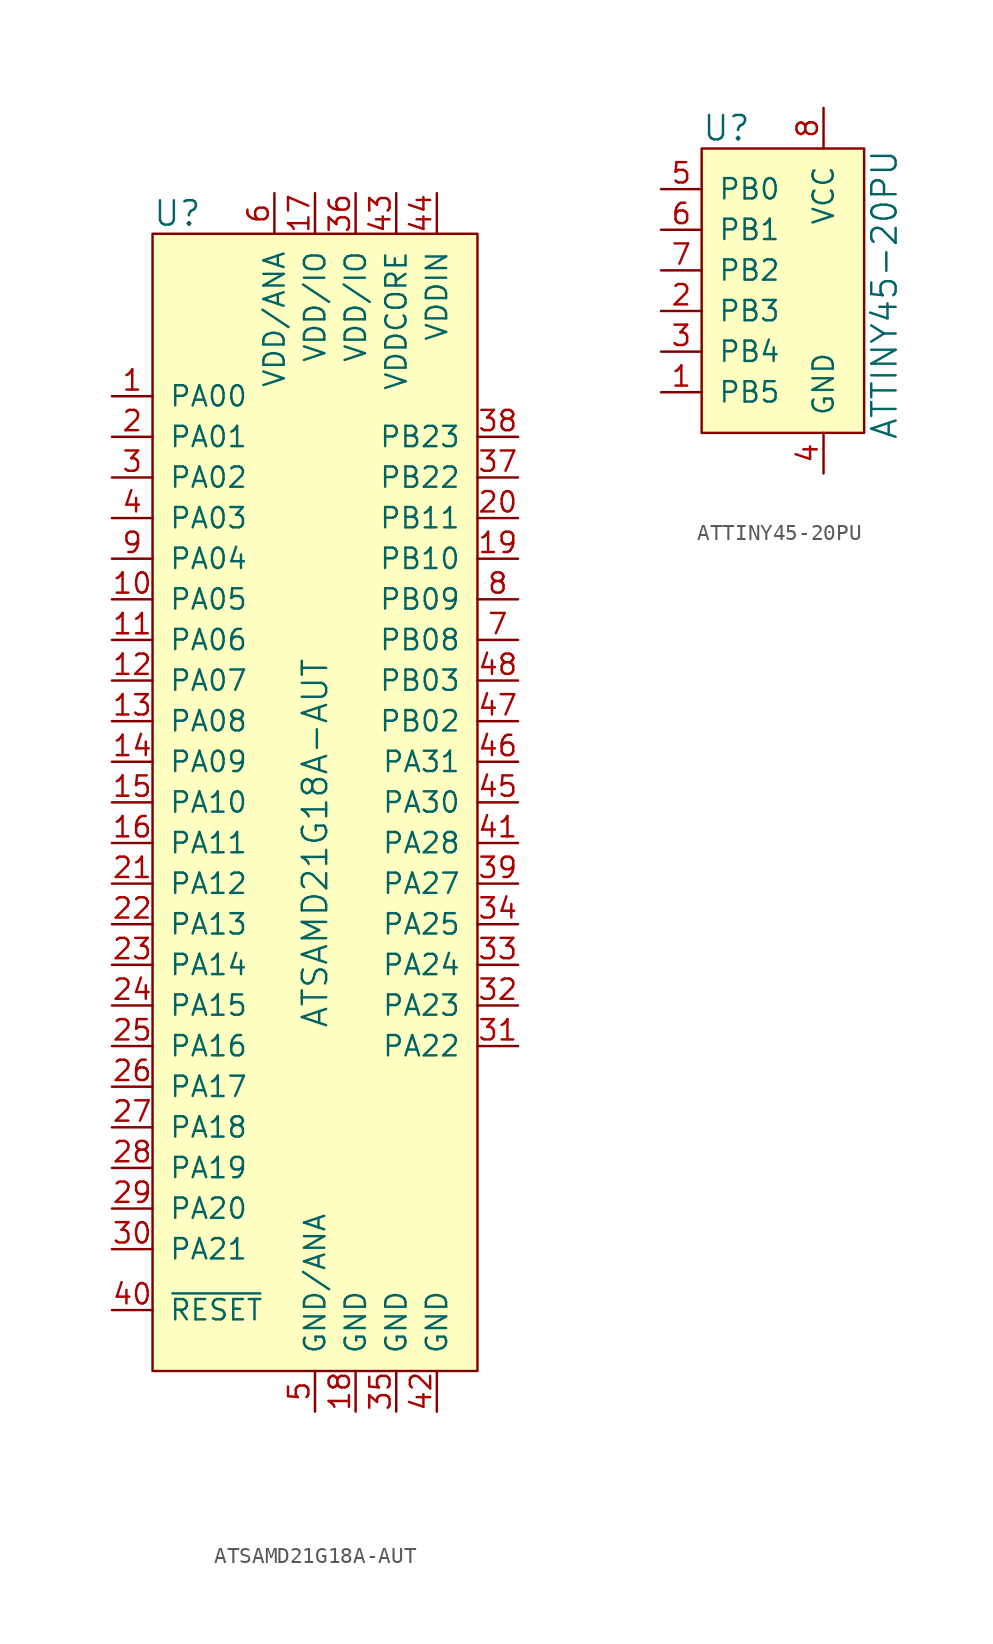
<source format=kicad_sym>
(kicad_symbol_lib
  (version 20231120)
  (generator "kicad_symbol_editor")
  (generator_version "8.0")
  (symbol "ATSAMD21G18A-AUT"
    (pin_names
      (offset 1.016))
    (property "Reference" "U"
      (at -10.16 39.37 0)
      (effects (font (size 1.524 1.524)) (justify left)))
    (property "Value" "ATSAMD21G18A-AUT"
      (at 0 0 90)
      (effects (font (size 1.524 1.524))))
    (symbol "ATSAMD21G18A-AUT_0_1"
      (rectangle (start -10.16 38.1) (end 10.16 -33.02) (stroke (width 0) (type default)) (fill (type background))))
    (symbol "ATSAMD21G18A-AUT_1_1"
      (pin bidirectional line (at -12.7 27.94 0) (length 2.54) (name "PA00" (effects (font (size 1.27 1.27)))) (number "1" (effects (font (size 1.27 1.27)))))
      (pin bidirectional line (at -12.7 15.24 0) (length 2.54) (name "PA05" (effects (font (size 1.27 1.27)))) (number "10" (effects (font (size 1.27 1.27)))))
      (pin bidirectional line (at -12.7 12.7 0) (length 2.54) (name "PA06" (effects (font (size 1.27 1.27)))) (number "11" (effects (font (size 1.27 1.27)))))
      (pin bidirectional line (at -12.7 10.16 0) (length 2.54) (name "PA07" (effects (font (size 1.27 1.27)))) (number "12" (effects (font (size 1.27 1.27)))))
      (pin bidirectional line (at -12.7 7.62 0) (length 2.54) (name "PA08" (effects (font (size 1.27 1.27)))) (number "13" (effects (font (size 1.27 1.27)))))
      (pin bidirectional line (at -12.7 5.08 0) (length 2.54) (name "PA09" (effects (font (size 1.27 1.27)))) (number "14" (effects (font (size 1.27 1.27)))))
      (pin bidirectional line (at -12.7 2.54 0) (length 2.54) (name "PA10" (effects (font (size 1.27 1.27)))) (number "15" (effects (font (size 1.27 1.27)))))
      (pin bidirectional line (at -12.7 0 0) (length 2.54) (name "PA11" (effects (font (size 1.27 1.27)))) (number "16" (effects (font (size 1.27 1.27)))))
      (pin power_in line (at 0 40.64 270) (length 2.54) (name "VDD/IO" (effects (font (size 1.27 1.27)))) (number "17" (effects (font (size 1.27 1.27)))))
      (pin power_in line (at 2.54 -35.56 90) (length 2.54) (name "GND" (effects (font (size 1.27 1.27)))) (number "18" (effects (font (size 1.27 1.27)))))
      (pin bidirectional line (at 12.7 17.78 180) (length 2.54) (name "PB10" (effects (font (size 1.27 1.27)))) (number "19" (effects (font (size 1.27 1.27)))))
      (pin bidirectional line (at -12.7 25.4 0) (length 2.54) (name "PA01" (effects (font (size 1.27 1.27)))) (number "2" (effects (font (size 1.27 1.27)))))
      (pin bidirectional line (at 12.7 20.32 180) (length 2.54) (name "PB11" (effects (font (size 1.27 1.27)))) (number "20" (effects (font (size 1.27 1.27)))))
      (pin bidirectional line (at -12.7 -2.54 0) (length 2.54) (name "PA12" (effects (font (size 1.27 1.27)))) (number "21" (effects (font (size 1.27 1.27)))))
      (pin bidirectional line (at -12.7 -5.08 0) (length 2.54) (name "PA13" (effects (font (size 1.27 1.27)))) (number "22" (effects (font (size 1.27 1.27)))))
      (pin bidirectional line (at -12.7 -7.62 0) (length 2.54) (name "PA14" (effects (font (size 1.27 1.27)))) (number "23" (effects (font (size 1.27 1.27)))))
      (pin bidirectional line (at -12.7 -10.16 0) (length 2.54) (name "PA15" (effects (font (size 1.27 1.27)))) (number "24" (effects (font (size 1.27 1.27)))))
      (pin bidirectional line (at -12.7 -12.7 0) (length 2.54) (name "PA16" (effects (font (size 1.27 1.27)))) (number "25" (effects (font (size 1.27 1.27)))))
      (pin bidirectional line (at -12.7 -15.24 0) (length 2.54) (name "PA17" (effects (font (size 1.27 1.27)))) (number "26" (effects (font (size 1.27 1.27)))))
      (pin bidirectional line (at -12.7 -17.78 0) (length 2.54) (name "PA18" (effects (font (size 1.27 1.27)))) (number "27" (effects (font (size 1.27 1.27)))))
      (pin bidirectional line (at -12.7 -20.32 0) (length 2.54) (name "PA19" (effects (font (size 1.27 1.27)))) (number "28" (effects (font (size 1.27 1.27)))))
      (pin bidirectional line (at -12.7 -22.86 0) (length 2.54) (name "PA20" (effects (font (size 1.27 1.27)))) (number "29" (effects (font (size 1.27 1.27)))))
      (pin bidirectional line (at -12.7 22.86 0) (length 2.54) (name "PA02" (effects (font (size 1.27 1.27)))) (number "3" (effects (font (size 1.27 1.27)))))
      (pin bidirectional line (at -12.7 -25.4 0) (length 2.54) (name "PA21" (effects (font (size 1.27 1.27)))) (number "30" (effects (font (size 1.27 1.27)))))
      (pin bidirectional line (at 12.7 -12.7 180) (length 2.54) (name "PA22" (effects (font (size 1.27 1.27)))) (number "31" (effects (font (size 1.27 1.27)))))
      (pin bidirectional line (at 12.7 -10.16 180) (length 2.54) (name "PA23" (effects (font (size 1.27 1.27)))) (number "32" (effects (font (size 1.27 1.27)))))
      (pin bidirectional line (at 12.7 -7.62 180) (length 2.54) (name "PA24" (effects (font (size 1.27 1.27)))) (number "33" (effects (font (size 1.27 1.27)))))
      (pin bidirectional line (at 12.7 -5.08 180) (length 2.54) (name "PA25" (effects (font (size 1.27 1.27)))) (number "34" (effects (font (size 1.27 1.27)))))
      (pin power_in line (at 5.08 -35.56 90) (length 2.54) (name "GND" (effects (font (size 1.27 1.27)))) (number "35" (effects (font (size 1.27 1.27)))))
      (pin power_in line (at 2.54 40.64 270) (length 2.54) (name "VDD/IO" (effects (font (size 1.27 1.27)))) (number "36" (effects (font (size 1.27 1.27)))))
      (pin bidirectional line (at 12.7 22.86 180) (length 2.54) (name "PB22" (effects (font (size 1.27 1.27)))) (number "37" (effects (font (size 1.27 1.27)))))
      (pin bidirectional line (at 12.7 25.4 180) (length 2.54) (name "PB23" (effects (font (size 1.27 1.27)))) (number "38" (effects (font (size 1.27 1.27)))))
      (pin bidirectional line (at 12.7 -2.54 180) (length 2.54) (name "PA27" (effects (font (size 1.27 1.27)))) (number "39" (effects (font (size 1.27 1.27)))))
      (pin bidirectional line (at -12.7 20.32 0) (length 2.54) (name "PA03" (effects (font (size 1.27 1.27)))) (number "4" (effects (font (size 1.27 1.27)))))
      (pin input line (at -12.7 -29.21 0) (length 2.54) (name "~{RESET}" (effects (font (size 1.27 1.27)))) (number "40" (effects (font (size 1.27 1.27)))))
      (pin bidirectional line (at 12.7 0 180) (length 2.54) (name "PA28" (effects (font (size 1.27 1.27)))) (number "41" (effects (font (size 1.27 1.27)))))
      (pin power_in line (at 7.62 -35.56 90) (length 2.54) (name "GND" (effects (font (size 1.27 1.27)))) (number "42" (effects (font (size 1.27 1.27)))))
      (pin power_in line (at 5.08 40.64 270) (length 2.54) (name "VDDCORE" (effects (font (size 1.27 1.27)))) (number "43" (effects (font (size 1.27 1.27)))))
      (pin power_in line (at 7.62 40.64 270) (length 2.54) (name "VDDIN" (effects (font (size 1.27 1.27)))) (number "44" (effects (font (size 1.27 1.27)))))
      (pin bidirectional line (at 12.7 2.54 180) (length 2.54) (name "PA30" (effects (font (size 1.27 1.27)))) (number "45" (effects (font (size 1.27 1.27)))))
      (pin bidirectional line (at 12.7 5.08 180) (length 2.54) (name "PA31" (effects (font (size 1.27 1.27)))) (number "46" (effects (font (size 1.27 1.27)))))
      (pin bidirectional line (at 12.7 7.62 180) (length 2.54) (name "PB02" (effects (font (size 1.27 1.27)))) (number "47" (effects (font (size 1.27 1.27)))))
      (pin bidirectional line (at 12.7 10.16 180) (length 2.54) (name "PB03" (effects (font (size 1.27 1.27)))) (number "48" (effects (font (size 1.27 1.27)))))
      (pin power_in line (at 0 -35.56 90) (length 2.54) (name "GND/ANA" (effects (font (size 1.27 1.27)))) (number "5" (effects (font (size 1.27 1.27)))))
      (pin power_in line (at -2.54 40.64 270) (length 2.54) (name "VDD/ANA" (effects (font (size 1.27 1.27)))) (number "6" (effects (font (size 1.27 1.27)))))
      (pin bidirectional line (at 12.7 12.7 180) (length 2.54) (name "PB08" (effects (font (size 1.27 1.27)))) (number "7" (effects (font (size 1.27 1.27)))))
      (pin bidirectional line (at 12.7 15.24 180) (length 2.54) (name "PB09" (effects (font (size 1.27 1.27)))) (number "8" (effects (font (size 1.27 1.27)))))
      (pin bidirectional line (at -12.7 17.78 0) (length 2.54) (name "PA04" (effects (font (size 1.27 1.27)))) (number "9" (effects (font (size 1.27 1.27)))))))
  (symbol "ATTINY45-20PU"
    (pin_names
      (offset 1.016))
    (property "Reference" "U"
      (at -5.08 6.35 0)
      (effects (font (size 1.524 1.524)) (justify left)))
    (property "Value" "ATTINY45-20PU"
      (at 6.35 5.08 90)
      (effects (font (size 1.524 1.524)) (justify right)))
    (symbol "ATTINY45-20PU_0_1"
      (rectangle (start -5.08 5.08) (end 5.08 -12.7) (stroke (width 0) (type default)) (fill (type background))))
    (symbol "ATTINY45-20PU_1_1"
      (pin bidirectional line (at -7.62 -10.16 0) (length 2.54) (name "PB5" (effects (font (size 1.27 1.27)))) (number "1" (effects (font (size 1.27 1.27)))))
      (pin bidirectional line (at -7.62 -5.08 0) (length 2.54) (name "PB3" (effects (font (size 1.27 1.27)))) (number "2" (effects (font (size 1.27 1.27)))))
      (pin bidirectional line (at -7.62 -7.62 0) (length 2.54) (name "PB4" (effects (font (size 1.27 1.27)))) (number "3" (effects (font (size 1.27 1.27)))))
      (pin power_in line (at 2.54 -15.24 90) (length 2.54) (name "GND" (effects (font (size 1.27 1.27)))) (number "4" (effects (font (size 1.27 1.27)))))
      (pin bidirectional line (at -7.62 2.54 0) (length 2.54) (name "PB0" (effects (font (size 1.27 1.27)))) (number "5" (effects (font (size 1.27 1.27)))))
      (pin bidirectional line (at -7.62 0 0) (length 2.54) (name "PB1" (effects (font (size 1.27 1.27)))) (number "6" (effects (font (size 1.27 1.27)))))
      (pin bidirectional line (at -7.62 -2.54 0) (length 2.54) (name "PB2" (effects (font (size 1.27 1.27)))) (number "7" (effects (font (size 1.27 1.27)))))
      (pin power_in line (at 2.54 7.62 270) (length 2.54) (name "VCC" (effects (font (size 1.27 1.27)))) (number "8" (effects (font (size 1.27 1.27))))))))
</source>
